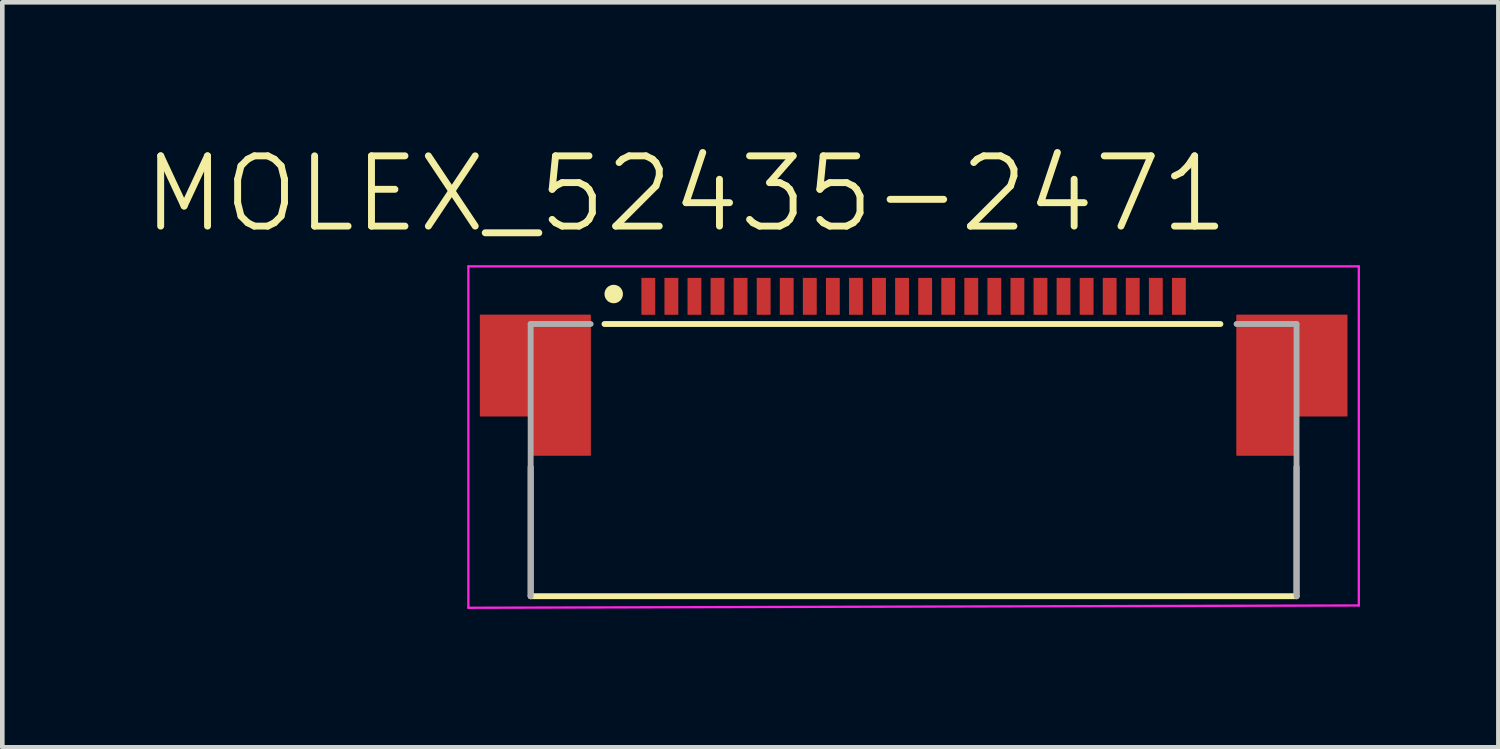
<source format=kicad_pcb>
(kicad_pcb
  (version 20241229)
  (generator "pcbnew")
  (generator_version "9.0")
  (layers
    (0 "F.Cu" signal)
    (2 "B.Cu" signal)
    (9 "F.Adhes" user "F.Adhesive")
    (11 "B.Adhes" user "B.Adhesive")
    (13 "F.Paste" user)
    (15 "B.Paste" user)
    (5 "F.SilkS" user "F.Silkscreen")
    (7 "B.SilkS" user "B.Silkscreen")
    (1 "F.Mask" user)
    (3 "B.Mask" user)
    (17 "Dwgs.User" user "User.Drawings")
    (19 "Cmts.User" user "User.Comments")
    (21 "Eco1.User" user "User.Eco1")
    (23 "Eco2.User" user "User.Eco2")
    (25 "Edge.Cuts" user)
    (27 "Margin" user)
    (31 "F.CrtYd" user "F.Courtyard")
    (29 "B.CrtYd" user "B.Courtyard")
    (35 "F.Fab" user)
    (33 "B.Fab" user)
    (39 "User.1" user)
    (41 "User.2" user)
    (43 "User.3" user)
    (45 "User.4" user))
  (footprint "MOLEX_52435-2471"
    (layer "F.Cu")
    (at 16.752 3.373)
    (property "Reference" "MOLEX_52435-2471" (at -4.933 -2.219 0) (layer "F.SilkS") (effects (font (size 1.523 1.523) (thickness 0.15))))
    (attr smd)
    (fp_poly (pts (xy -9.4 0.4) (xy -9.4 2.6) (xy -8.3 2.6) (xy -8.3 3.45) (xy -7 3.45) (xy -7 0.4)) (stroke (width 0) (type solid)) (fill yes) (layer "F.Cu"))
    (fp_poly (pts (xy -9.4 0.4) (xy -9.4 2.6) (xy -8.3 2.6) (xy -8.3 3.45) (xy -7 3.45) (xy -7 0.4)) (stroke (width 0) (type solid)) (fill yes) (layer "F.Cu"))
    (fp_poly (pts (xy 9.4 0.4) (xy 9.4 2.6) (xy 8.3 2.6) (xy 8.3 3.45) (xy 7 3.45) (xy 7 0.4)) (stroke (width 0) (type solid)) (fill yes) (layer "F.Cu"))
    (fp_poly (pts (xy 9.4 0.4) (xy 9.4 2.6) (xy 8.3 2.6) (xy 8.3 3.45) (xy 7 3.45) (xy 7 0.4)) (stroke (width 0) (type solid)) (fill yes) (layer "F.Cu"))
    (fp_poly (pts (xy -9.5 0.3) (xy -9.5 2.7) (xy -8.4 2.7) (xy -8.4 3.55) (xy -6.9 3.55) (xy -6.9 0.3)) (stroke (width 0) (type solid)) (fill yes) (layer "F.Mask"))
    (fp_poly (pts (xy 9.5 0.3) (xy 9.5 2.7) (xy 8.4 2.7) (xy 8.4 3.55) (xy 6.9 3.55) (xy 6.9 0.3)) (stroke (width 0) (type solid)) (fill yes) (layer "F.Mask"))
    (fp_line (start -8.3 6.5) (end -8.3 3.7) (stroke (width 0.127) (type solid)) (layer "F.SilkS"))
    (fp_line (start -8.3 6.5) (end 8.3 6.5) (stroke (width 0.127) (type solid)) (layer "F.SilkS"))
    (fp_line (start 6.65 0.6) (end -6.7 0.6) (stroke (width 0.127) (type solid)) (layer "F.SilkS"))
    (fp_line (start 8.3 6.5) (end 8.3 3.7) (stroke (width 0.127) (type solid)) (layer "F.SilkS"))
    (fp_circle (center -6.5 -0.05) (end -6.3 -0.05) (stroke (width 0) (type solid)) (fill yes) (layer "F.SilkS"))
    (fp_poly (pts (xy -9.4 0.4) (xy -9.4 2.6) (xy -8.3 2.6) (xy -8.3 3.45) (xy -7 3.45) (xy -7 0.4)) (stroke (width 0) (type solid)) (fill yes) (layer "F.Paste"))
    (fp_poly (pts (xy 9.4 0.4) (xy 9.4 2.6) (xy 8.3 2.6) (xy 8.3 3.45) (xy 7 3.45) (xy 7 0.4)) (stroke (width 0) (type solid)) (fill yes) (layer "F.Paste"))
    (fp_line (start -9.65 -0.65) (end -9.65 6.75) (stroke (width 0.05) (type solid)) (layer "F.CrtYd"))
    (fp_line (start -9.65 6.75) (end 9.65 6.7) (stroke (width 0.05) (type solid)) (layer "F.CrtYd"))
    (fp_line (start 9.65 -0.65) (end -9.65 -0.65) (stroke (width 0.05) (type solid)) (layer "F.CrtYd"))
    (fp_line (start 9.65 6.7) (end 9.65 -0.65) (stroke (width 0.05) (type solid)) (layer "F.CrtYd"))
    (fp_line (start -8.3 0.6) (end -7 0.6) (stroke (width 0.127) (type solid)) (layer "F.Fab"))
    (fp_line (start -8.3 6.5) (end -8.3 0.6) (stroke (width 0.127) (type solid)) (layer "F.Fab"))
    (fp_line (start 7 0.6) (end 8.3 0.6) (stroke (width 0.127) (type solid)) (layer "F.Fab"))
    (fp_line (start 8.3 0.6) (end 8.3 6.5) (stroke (width 0.127) (type solid)) (layer "F.Fab"))
    (pad "1" smd rect (at -5.75 0) (size 0.3 0.8) (layers "F.Cu" "F.Mask" "F.Paste"))
    (pad "2" smd rect (at -5.25 0) (size 0.3 0.8) (layers "F.Cu" "F.Mask" "F.Paste"))
    (pad "3" smd rect (at -4.75 0) (size 0.3 0.8) (layers "F.Cu" "F.Mask" "F.Paste"))
    (pad "4" smd rect (at -4.25 0) (size 0.3 0.8) (layers "F.Cu" "F.Mask" "F.Paste"))
    (pad "5" smd rect (at -3.75 0) (size 0.3 0.8) (layers "F.Cu" "F.Mask" "F.Paste"))
    (pad "6" smd rect (at -3.25 0) (size 0.3 0.8) (layers "F.Cu" "F.Mask" "F.Paste"))
    (pad "7" smd rect (at -2.75 0) (size 0.3 0.8) (layers "F.Cu" "F.Mask" "F.Paste"))
    (pad "8" smd rect (at -2.25 0) (size 0.3 0.8) (layers "F.Cu" "F.Mask" "F.Paste"))
    (pad "9" smd rect (at -1.75 0) (size 0.3 0.8) (layers "F.Cu" "F.Mask" "F.Paste"))
    (pad "10" smd rect (at -1.25 0) (size 0.3 0.8) (layers "F.Cu" "F.Mask" "F.Paste"))
    (pad "11" smd rect (at -0.75 0) (size 0.3 0.8) (layers "F.Cu" "F.Mask" "F.Paste"))
    (pad "12" smd rect (at -0.25 0) (size 0.3 0.8) (layers "F.Cu" "F.Mask" "F.Paste"))
    (pad "13" smd rect (at 0.25 0) (size 0.3 0.8) (layers "F.Cu" "F.Mask" "F.Paste"))
    (pad "14" smd rect (at 0.75 0) (size 0.3 0.8) (layers "F.Cu" "F.Mask" "F.Paste"))
    (pad "15" smd rect (at 1.25 0) (size 0.3 0.8) (layers "F.Cu" "F.Mask" "F.Paste"))
    (pad "16" smd rect (at 1.75 0) (size 0.3 0.8) (layers "F.Cu" "F.Mask" "F.Paste"))
    (pad "17" smd rect (at 2.25 0) (size 0.3 0.8) (layers "F.Cu" "F.Mask" "F.Paste"))
    (pad "18" smd rect (at 2.75 0) (size 0.3 0.8) (layers "F.Cu" "F.Mask" "F.Paste"))
    (pad "19" smd rect (at 3.25 0) (size 0.3 0.8) (layers "F.Cu" "F.Mask" "F.Paste"))
    (pad "20" smd rect (at 3.75 0) (size 0.3 0.8) (layers "F.Cu" "F.Mask" "F.Paste"))
    (pad "21" smd rect (at 4.25 0) (size 0.3 0.8) (layers "F.Cu" "F.Mask" "F.Paste"))
    (pad "22" smd rect (at 4.75 0) (size 0.3 0.8) (layers "F.Cu" "F.Mask" "F.Paste"))
    (pad "23" smd rect (at 5.25 0) (size 0.3 0.8) (layers "F.Cu" "F.Mask" "F.Paste"))
    (pad "24" smd rect (at 5.75 0) (size 0.3 0.8) (layers "F.Cu" "F.Mask" "F.Paste"))
    (zone (net_name "") (layer "F.Cu") (hatch full 0.508) (connect_pads) (min_thickness 0) (filled_areas_thickness no) (keepout (tracks not_allowed) (vias not_allowed) (pads not_allowed) (copperpour not_allowed) (footprints allowed)) (placement (enabled no)) (fill) (polygon (pts (xy 9.752 5.623) (xy 10.552 5.623) (xy 10.552 4.323) (xy 9.752 4.323))))
    (zone (net_name "") (layer "F.Cu") (hatch full 0.508) (connect_pads) (min_thickness 0) (filled_areas_thickness no) (keepout (tracks not_allowed) (vias not_allowed) (pads not_allowed) (copperpour not_allowed) (footprints allowed)) (placement (enabled no)) (fill) (polygon (pts (xy 23.752 5.623) (xy 22.952 5.623) (xy 22.952 4.323) (xy 23.752 4.323)))))
  (gr_rect
    (start -3 -3)
    (end 29.427 13.148)
    (stroke (width 0.1) (type default))
    (fill no)
    (layer "Edge.Cuts")))
</source>
